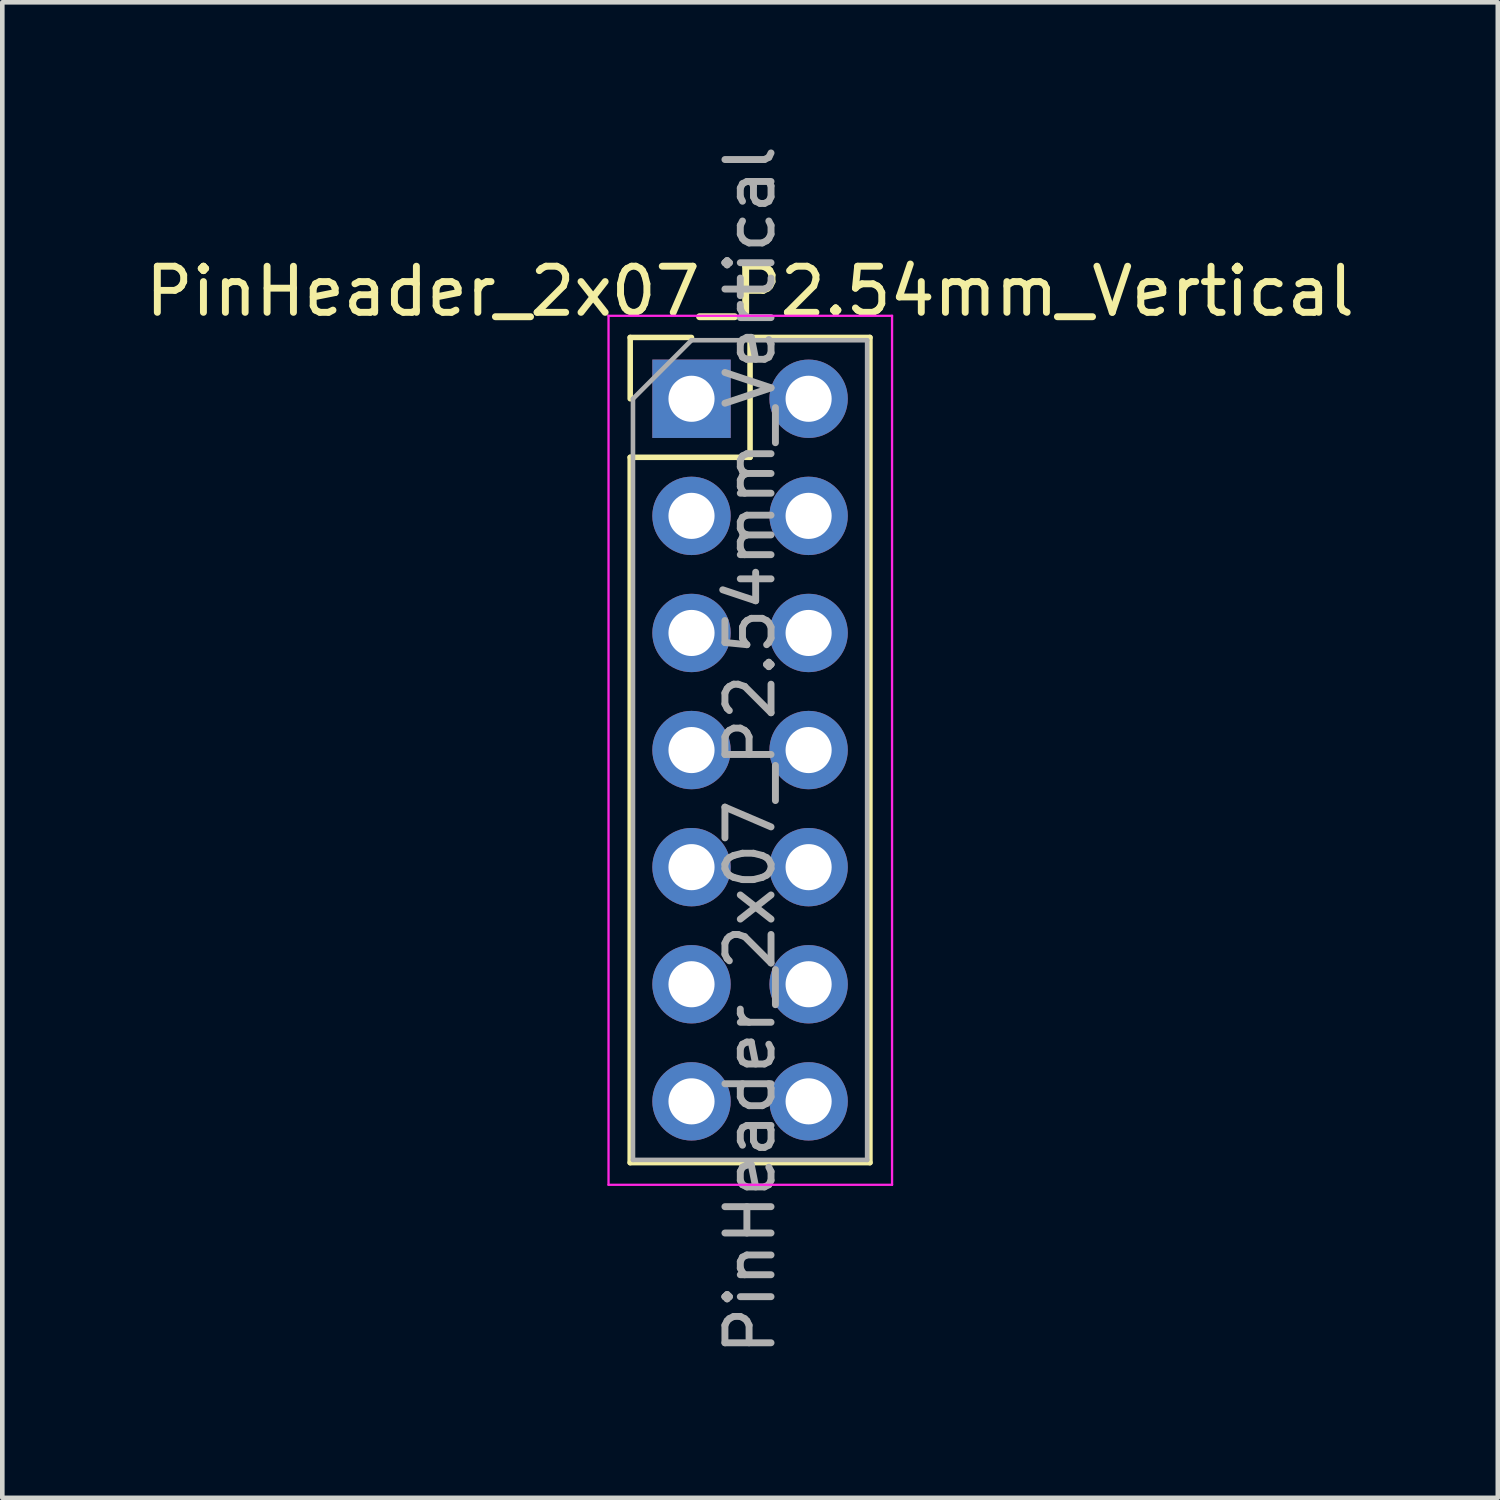
<source format=kicad_pcb>
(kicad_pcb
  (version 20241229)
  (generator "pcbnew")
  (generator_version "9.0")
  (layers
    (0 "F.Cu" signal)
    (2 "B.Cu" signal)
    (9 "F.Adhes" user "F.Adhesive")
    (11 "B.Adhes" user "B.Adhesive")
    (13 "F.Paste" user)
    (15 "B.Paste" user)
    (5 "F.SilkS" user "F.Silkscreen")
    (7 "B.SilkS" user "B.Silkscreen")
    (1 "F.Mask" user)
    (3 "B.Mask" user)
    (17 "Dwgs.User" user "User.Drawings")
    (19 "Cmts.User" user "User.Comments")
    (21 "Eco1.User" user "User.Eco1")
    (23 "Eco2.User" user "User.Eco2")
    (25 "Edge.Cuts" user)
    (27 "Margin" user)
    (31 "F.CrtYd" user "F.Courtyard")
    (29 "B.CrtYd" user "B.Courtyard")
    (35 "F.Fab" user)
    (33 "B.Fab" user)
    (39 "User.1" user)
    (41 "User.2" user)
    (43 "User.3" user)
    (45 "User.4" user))
  (footprint "PinHeader_2x07_P2.54mm_Vertical"
    (layer "F.Cu")
    (at 11.95 5.6)
    (property "Reference" "PinHeader_2x07_P2.54mm_Vertical" (at 1.27 -2.33 0) (layer "F.SilkS") (effects (font (size 1 1) (thickness 0.15))))
    (attr through_hole)
    (fp_line (start -1.33 -1.33) (end 0 -1.33) (stroke (width 0.12) (type solid)) (layer "F.SilkS"))
    (fp_line (start -1.33 0) (end -1.33 -1.33) (stroke (width 0.12) (type solid)) (layer "F.SilkS"))
    (fp_line (start -1.33 1.27) (end -1.33 16.57) (stroke (width 0.12) (type solid)) (layer "F.SilkS"))
    (fp_line (start -1.33 1.27) (end 1.27 1.27) (stroke (width 0.12) (type solid)) (layer "F.SilkS"))
    (fp_line (start -1.33 16.57) (end 3.87 16.57) (stroke (width 0.12) (type solid)) (layer "F.SilkS"))
    (fp_line (start 1.27 -1.33) (end 3.87 -1.33) (stroke (width 0.12) (type solid)) (layer "F.SilkS"))
    (fp_line (start 1.27 1.27) (end 1.27 -1.33) (stroke (width 0.12) (type solid)) (layer "F.SilkS"))
    (fp_line (start 3.87 -1.33) (end 3.87 16.57) (stroke (width 0.12) (type solid)) (layer "F.SilkS"))
    (fp_line (start -1.8 -1.8) (end -1.8 17.05) (stroke (width 0.05) (type solid)) (layer "F.CrtYd"))
    (fp_line (start -1.8 17.05) (end 4.35 17.05) (stroke (width 0.05) (type solid)) (layer "F.CrtYd"))
    (fp_line (start 4.35 -1.8) (end -1.8 -1.8) (stroke (width 0.05) (type solid)) (layer "F.CrtYd"))
    (fp_line (start 4.35 17.05) (end 4.35 -1.8) (stroke (width 0.05) (type solid)) (layer "F.CrtYd"))
    (fp_line (start -1.27 0) (end 0 -1.27) (stroke (width 0.1) (type solid)) (layer "F.Fab"))
    (fp_line (start -1.27 16.51) (end -1.27 0) (stroke (width 0.1) (type solid)) (layer "F.Fab"))
    (fp_line (start 0 -1.27) (end 3.81 -1.27) (stroke (width 0.1) (type solid)) (layer "F.Fab"))
    (fp_line (start 3.81 -1.27) (end 3.81 16.51) (stroke (width 0.1) (type solid)) (layer "F.Fab"))
    (fp_line (start 3.81 16.51) (end -1.27 16.51) (stroke (width 0.1) (type solid)) (layer "F.Fab"))
    (fp_text user "${REFERENCE}" (at 1.27 7.62 90) (layer "F.Fab") (effects (font (size 1 1) (thickness 0.15))))
    (pad "1" thru_hole rect (at 0 0) (size 1.7 1.7) (drill 1) (layers "*.Cu" "*.Mask"))
    (pad "2" thru_hole oval (at 0 2.54) (size 1.7 1.7) (drill 1) (layers "*.Cu" "*.Mask"))
    (pad "3" thru_hole oval (at 0 5.08) (size 1.7 1.7) (drill 1) (layers "*.Cu" "*.Mask"))
    (pad "4" thru_hole oval (at 0 7.62) (size 1.7 1.7) (drill 1) (layers "*.Cu" "*.Mask"))
    (pad "5" thru_hole oval (at 0 10.16) (size 1.7 1.7) (drill 1) (layers "*.Cu" "*.Mask"))
    (pad "6" thru_hole oval (at 0 12.7) (size 1.7 1.7) (drill 1) (layers "*.Cu" "*.Mask"))
    (pad "7" thru_hole oval (at 0 15.24) (size 1.7 1.7) (drill 1) (layers "*.Cu" "*.Mask"))
    (pad "8" thru_hole oval (at 2.54 15.24) (size 1.7 1.7) (drill 1) (layers "*.Cu" "*.Mask"))
    (pad "9" thru_hole oval (at 2.54 12.7) (size 1.7 1.7) (drill 1) (layers "*.Cu" "*.Mask"))
    (pad "10" thru_hole oval (at 2.54 10.16) (size 1.7 1.7) (drill 1) (layers "*.Cu" "*.Mask"))
    (pad "11" thru_hole oval (at 2.54 7.62) (size 1.7 1.7) (drill 1) (layers "*.Cu" "*.Mask"))
    (pad "12" thru_hole oval (at 2.54 5.08) (size 1.7 1.7) (drill 1) (layers "*.Cu" "*.Mask"))
    (pad "13" thru_hole oval (at 2.54 2.54) (size 1.7 1.7) (drill 1) (layers "*.Cu" "*.Mask"))
    (pad "14" thru_hole oval (at 2.54 0) (size 1.7 1.7) (drill 1) (layers "*.Cu" "*.Mask")))
  (gr_rect
    (start -3 -3)
    (end 29.44 29.44)
    (stroke (width 0.1) (type default))
    (fill no)
    (layer "Edge.Cuts")))
</source>
